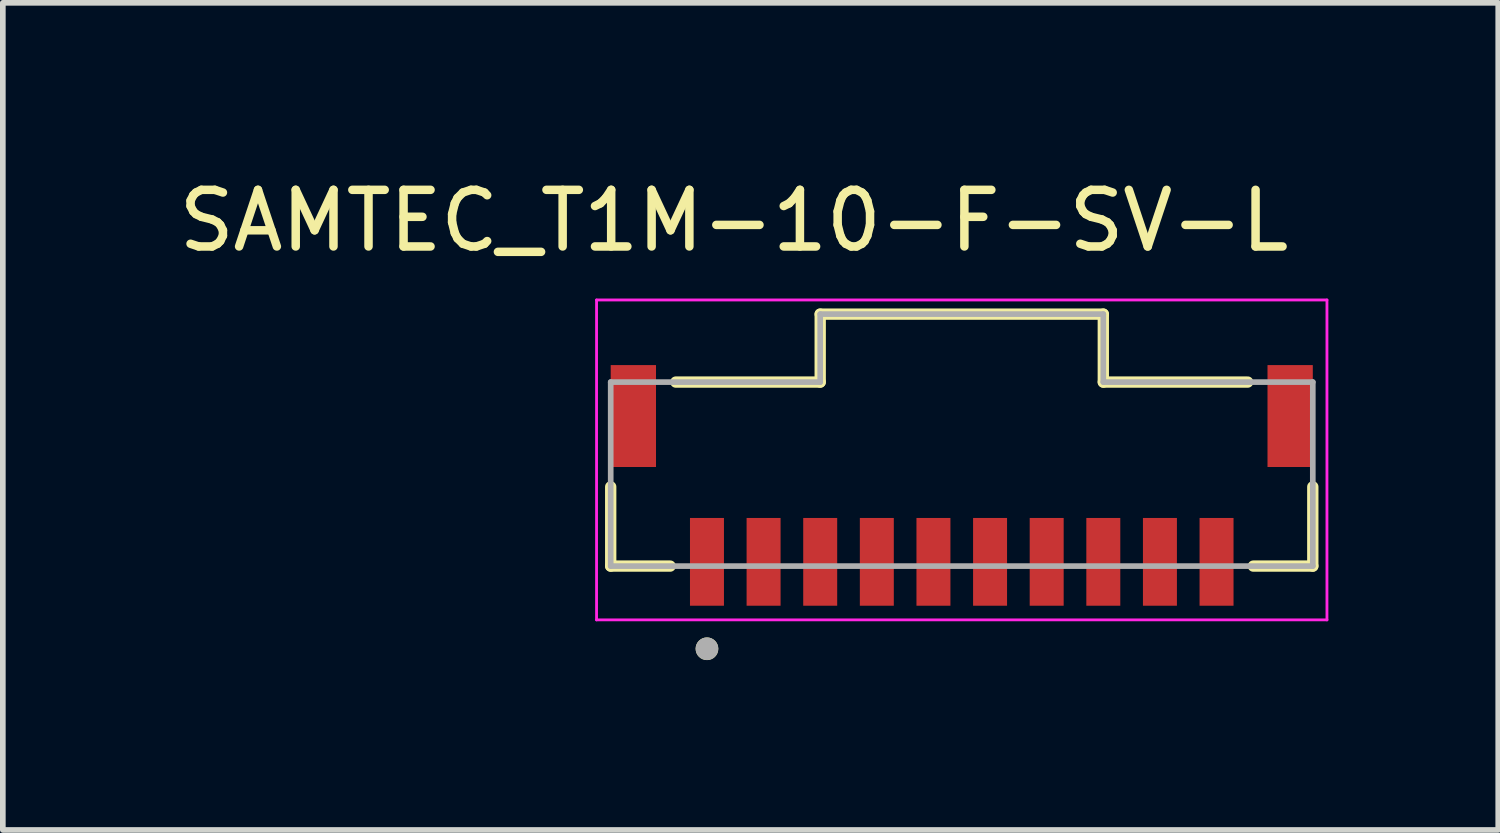
<source format=kicad_pcb>
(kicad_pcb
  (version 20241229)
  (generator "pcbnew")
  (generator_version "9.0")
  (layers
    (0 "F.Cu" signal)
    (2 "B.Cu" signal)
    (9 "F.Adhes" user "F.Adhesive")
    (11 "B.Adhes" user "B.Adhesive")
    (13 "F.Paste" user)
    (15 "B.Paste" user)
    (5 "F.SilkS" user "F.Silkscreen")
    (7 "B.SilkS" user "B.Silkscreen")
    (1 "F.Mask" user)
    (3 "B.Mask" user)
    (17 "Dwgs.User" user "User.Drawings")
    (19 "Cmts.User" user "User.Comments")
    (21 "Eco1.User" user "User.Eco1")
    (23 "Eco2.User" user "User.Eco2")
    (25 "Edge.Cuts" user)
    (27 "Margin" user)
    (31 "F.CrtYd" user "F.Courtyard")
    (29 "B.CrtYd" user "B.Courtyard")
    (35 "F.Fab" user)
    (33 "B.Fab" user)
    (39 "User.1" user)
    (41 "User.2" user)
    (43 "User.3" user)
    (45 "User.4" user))
  (footprint "SAMTEC_T1M-10-F-SV-L"
    (layer "F.Cu")
    (at 13.936 6.873)
    (property "Reference" "SAMTEC_T1M-10-F-SV-L" (at -4.025 -6.025 0) (layer "F.SilkS") (effects (font (size 1 1) (thickness 0.15))))
    (attr through_hole)
    (fp_line (start -6.2 0.075) (end -6.2 -1.325) (stroke (width 0.2) (type solid)) (layer "F.SilkS"))
    (fp_line (start -6.2 0.075) (end -5.15 0.075) (stroke (width 0.2) (type solid)) (layer "F.SilkS"))
    (fp_line (start -5.05 -3.175) (end -2.5 -3.175) (stroke (width 0.2) (type solid)) (layer "F.SilkS"))
    (fp_line (start -2.5 -4.375) (end 2.5 -4.375) (stroke (width 0.2) (type solid)) (layer "F.SilkS"))
    (fp_line (start -2.5 -3.175) (end -2.5 -4.375) (stroke (width 0.2) (type solid)) (layer "F.SilkS"))
    (fp_line (start 2.5 -3.175) (end 2.5 -4.375) (stroke (width 0.2) (type solid)) (layer "F.SilkS"))
    (fp_line (start 5.05 -3.175) (end 2.5 -3.175) (stroke (width 0.2) (type solid)) (layer "F.SilkS"))
    (fp_line (start 6.2 0.075) (end 5.15 0.075) (stroke (width 0.2) (type solid)) (layer "F.SilkS"))
    (fp_line (start 6.2 0.075) (end 6.2 -1.325) (stroke (width 0.2) (type solid)) (layer "F.SilkS"))
    (fp_circle (center -4.5 1.535) (end -4.4 1.535) (stroke (width 0.2) (type solid)) (fill no) (layer "F.SilkS"))
    (fp_line (start -6.45 -4.625) (end 6.45 -4.625) (stroke (width 0.05) (type solid)) (layer "F.CrtYd"))
    (fp_line (start -6.45 1.025) (end -6.45 -4.625) (stroke (width 0.05) (type solid)) (layer "F.CrtYd"))
    (fp_line (start 6.45 -4.625) (end 6.45 1.025) (stroke (width 0.05) (type solid)) (layer "F.CrtYd"))
    (fp_line (start 6.45 1.025) (end -6.45 1.025) (stroke (width 0.05) (type solid)) (layer "F.CrtYd"))
    (fp_line (start -6.2 -3.175) (end -2.5 -3.175) (stroke (width 0.1) (type solid)) (layer "F.Fab"))
    (fp_line (start -6.2 0.075) (end -6.2 -3.175) (stroke (width 0.1) (type solid)) (layer "F.Fab"))
    (fp_line (start -6.2 0.075) (end 6.2 0.075) (stroke (width 0.1) (type solid)) (layer "F.Fab"))
    (fp_line (start -2.5 -4.375) (end 2.5 -4.375) (stroke (width 0.1) (type solid)) (layer "F.Fab"))
    (fp_line (start -2.5 -3.175) (end -2.5 -4.375) (stroke (width 0.1) (type solid)) (layer "F.Fab"))
    (fp_line (start 2.5 -3.175) (end 2.5 -4.375) (stroke (width 0.1) (type solid)) (layer "F.Fab"))
    (fp_line (start 6.2 -3.175) (end 2.5 -3.175) (stroke (width 0.1) (type solid)) (layer "F.Fab"))
    (fp_line (start 6.2 0.075) (end 6.2 -3.175) (stroke (width 0.1) (type solid)) (layer "F.Fab"))
    (fp_circle (center -4.5 1.535) (end -4.4 1.535) (stroke (width 0.2) (type solid)) (fill no) (layer "F.Fab"))
    (pad "01" smd rect (at -4.5 0) (size 0.6 1.55) (layers "F.Cu" "F.Mask" "F.Paste"))
    (pad "02" smd rect (at -3.5 0) (size 0.6 1.55) (layers "F.Cu" "F.Mask" "F.Paste"))
    (pad "03" smd rect (at -2.5 0) (size 0.6 1.55) (layers "F.Cu" "F.Mask" "F.Paste"))
    (pad "04" smd rect (at -1.5 0) (size 0.6 1.55) (layers "F.Cu" "F.Mask" "F.Paste"))
    (pad "05" smd rect (at -0.5 0) (size 0.6 1.55) (layers "F.Cu" "F.Mask" "F.Paste"))
    (pad "06" smd rect (at 0.5 0) (size 0.6 1.55) (layers "F.Cu" "F.Mask" "F.Paste"))
    (pad "07" smd rect (at 1.5 0) (size 0.6 1.55) (layers "F.Cu" "F.Mask" "F.Paste"))
    (pad "08" smd rect (at 2.5 0) (size 0.6 1.55) (layers "F.Cu" "F.Mask" "F.Paste"))
    (pad "09" smd rect (at 3.5 0) (size 0.6 1.55) (layers "F.Cu" "F.Mask" "F.Paste"))
    (pad "10" smd rect (at 4.5 0) (size 0.6 1.55) (layers "F.Cu" "F.Mask" "F.Paste"))
    (pad "S1" smd rect (at -5.8 -2.575) (size 0.8 1.8) (layers "F.Cu" "F.Mask" "F.Paste"))
    (pad "S2" smd rect (at 5.8 -2.575) (size 0.8 1.8) (layers "F.Cu" "F.Mask" "F.Paste")))
  (gr_rect
    (start -3 -3)
    (end 23.411 11.608)
    (stroke (width 0.1) (type default))
    (fill no)
    (layer "Edge.Cuts")))
</source>
